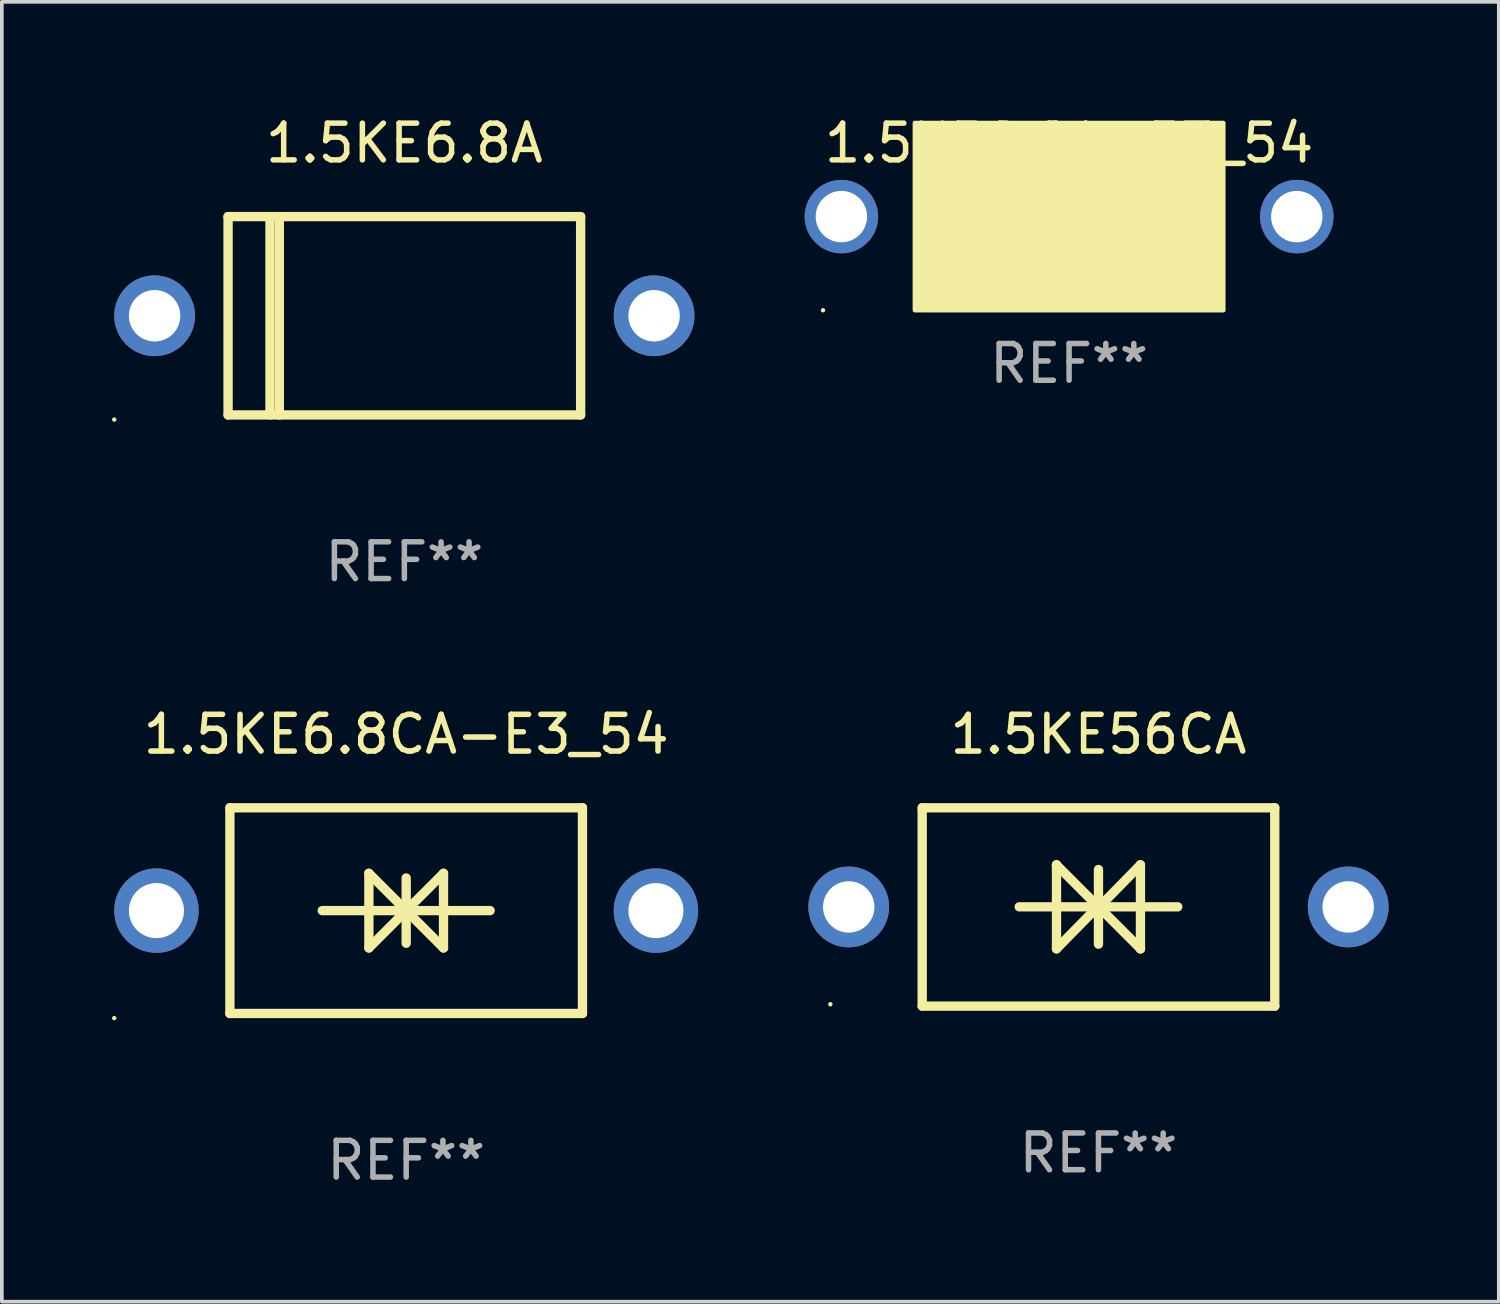
<source format=kicad_pcb>
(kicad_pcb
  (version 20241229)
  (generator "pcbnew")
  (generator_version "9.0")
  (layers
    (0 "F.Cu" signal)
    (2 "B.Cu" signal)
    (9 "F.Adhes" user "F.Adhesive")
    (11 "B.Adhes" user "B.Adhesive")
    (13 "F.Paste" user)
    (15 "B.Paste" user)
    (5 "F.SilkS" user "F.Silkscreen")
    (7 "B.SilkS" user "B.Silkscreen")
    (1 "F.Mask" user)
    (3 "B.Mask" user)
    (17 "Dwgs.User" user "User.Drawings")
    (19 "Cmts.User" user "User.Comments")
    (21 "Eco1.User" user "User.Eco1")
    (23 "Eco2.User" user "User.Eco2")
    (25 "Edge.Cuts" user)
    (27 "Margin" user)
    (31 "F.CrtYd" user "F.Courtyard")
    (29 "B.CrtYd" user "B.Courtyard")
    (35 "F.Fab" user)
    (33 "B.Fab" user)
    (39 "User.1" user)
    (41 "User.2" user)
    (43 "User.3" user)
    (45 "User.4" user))
  (footprint "1.5KE6.8A"
    (layer "F.Cu")
    (at 7.96 5.548)
    (property "Reference" "1.5KE6.8A" (at 0 -4.7 0) (layer "F.SilkS") (effects (font (size 1 1) (thickness 0.15))))
    (attr through_hole)
    (fp_line (start -4.8 -2.7) (end 4.8 -2.7) (stroke (width 0.254) (type solid)) (layer "F.SilkS"))
    (fp_line (start -4.8 2.7) (end -4.8 -2.7) (stroke (width 0.254) (type solid)) (layer "F.SilkS"))
    (fp_line (start -3.658 2.7) (end -3.658 -2.7) (stroke (width 0.254) (type solid)) (layer "F.SilkS"))
    (fp_line (start -3.404 2.7) (end -3.404 -2.54) (stroke (width 0.254) (type solid)) (layer "F.SilkS"))
    (fp_line (start 4.8 2.7) (end -4.8 2.7) (stroke (width 0.254) (type solid)) (layer "F.SilkS"))
    (fp_line (start 4.8 2.7) (end 4.8 -2.7) (stroke (width 0.254) (type solid)) (layer "F.SilkS"))
    (fp_circle (center -7.9 2.827) (end -7.87 2.827) (stroke (width 0.06) (type solid)) (fill no) (layer "F.SilkS"))
    (fp_text user "REF**" (at 0 6.7 0) (layer "F.Fab") (effects (font (size 1 1) (thickness 0.15))))
    (pad "1" thru_hole circle (at -6.8 0) (size 2.2 2.2) (drill 1.4) (layers "*.Cu" "*.Mask"))
    (pad "2" thru_hole circle (at 6.8 0) (size 2.2 2.2) (drill 1.4) (layers "*.Cu" "*.Mask")))
  (footprint "1.5KE6.8A-E3_54"
    (layer "F.Cu")
    (at 26.06 2.848)
    (property "Reference" "1.5KE6.8A-E3_54" (at 0 -2 0) (layer "F.SilkS") (effects (font (size 1 1) (thickness 0.15))))
    (attr through_hole)
    (fp_circle (center -6.7 2.55) (end -6.67 2.55) (stroke (width 0.06) (type solid)) (fill no) (layer "F.SilkS"))
    (fp_poly (pts (xy -4.2 -2.55) (xy 4.2 -2.55) (xy 4.2 2.55) (xy -4.2 2.55)) (stroke (width 0.12) (type solid)) (fill yes) (layer "F.SilkS"))
    (fp_text user "REF**" (at 0 4 0) (layer "F.Fab") (effects (font (size 1 1) (thickness 0.15))))
    (pad "1" thru_hole circle (at -6.2 0) (size 2 2) (drill 1.4) (layers "*.Cu" "*.Mask"))
    (pad "2" thru_hole circle (at 6.2 0) (size 2 2) (drill 1.4) (layers "*.Cu" "*.Mask")))
  (footprint "1.5KE56CA"
    (layer "F.Cu")
    (at 26.86 21.645)
    (property "Reference" "1.5KE56CA" (at 0 -4.7 0) (layer "F.SilkS") (effects (font (size 1 1) (thickness 0.15))))
    (attr through_hole)
    (fp_line (start -4.8 -2.7) (end -4.8 2.7) (stroke (width 0.254) (type solid)) (layer "F.SilkS"))
    (fp_line (start -4.8 -2.7) (end 4.8 -2.7) (stroke (width 0.254) (type solid)) (layer "F.SilkS"))
    (fp_line (start -2.159 -0.003) (end 2.159 -0.003) (stroke (width 0.254) (type solid)) (layer "F.SilkS"))
    (fp_line (start -1.143 -1.146) (end -1.143 1.14) (stroke (width 0.254) (type solid)) (layer "F.SilkS"))
    (fp_line (start -1.143 -1.143) (end -1.143 -1.146) (stroke (width 0.254) (type solid)) (layer "F.SilkS"))
    (fp_line (start 0 -1.019) (end 0 1.013) (stroke (width 0.254) (type solid)) (layer "F.SilkS"))
    (fp_line (start 0 -0.026) (end -1.143 1.14) (stroke (width 0.254) (type solid)) (layer "F.SilkS"))
    (fp_line (start 0 -0.006) (end 1.143 1.137) (stroke (width 0.254) (type solid)) (layer "F.SilkS"))
    (fp_line (start 0 0) (end -1.143 -1.143) (stroke (width 0.254) (type solid)) (layer "F.SilkS"))
    (fp_line (start 0 0.02) (end 1.143 -1.146) (stroke (width 0.254) (type solid)) (layer "F.SilkS"))
    (fp_line (start 1.143 1.137) (end 1.143 1.14) (stroke (width 0.254) (type solid)) (layer "F.SilkS"))
    (fp_line (start 1.143 1.14) (end 1.143 -1.146) (stroke (width 0.254) (type solid)) (layer "F.SilkS"))
    (fp_line (start 4.8 -2.7) (end 4.8 2.7) (stroke (width 0.254) (type solid)) (layer "F.SilkS"))
    (fp_line (start 4.8 2.7) (end -4.8 2.7) (stroke (width 0.254) (type solid)) (layer "F.SilkS"))
    (fp_circle (center -7.3 2.65) (end -7.27 2.65) (stroke (width 0.06) (type solid)) (fill no) (layer "F.SilkS"))
    (fp_text user "REF**" (at 0 6.7 0) (layer "F.Fab") (effects (font (size 1 1) (thickness 0.15))))
    (pad "1" thru_hole circle (at -6.8 0) (size 2.2 2.2) (drill 1.4) (layers "*.Cu" "*.Mask"))
    (pad "2" thru_hole circle (at 6.8 0) (size 2.2 2.2) (drill 1.4) (layers "*.Cu" "*.Mask")))
  (footprint "1.5KE6.8CA-E3_54"
    (layer "F.Cu")
    (at 8.01 21.745)
    (property "Reference" "1.5KE6.8CA-E3_54" (at 0 -4.8 0) (layer "F.SilkS") (effects (font (size 1 1) (thickness 0.15))))
    (attr through_hole)
    (fp_line (start -4.8 -2.8) (end -4.8 2.8) (stroke (width 0.254) (type solid)) (layer "F.SilkS"))
    (fp_line (start -4.8 -2.8) (end 4.8 -2.8) (stroke (width 0.254) (type solid)) (layer "F.SilkS"))
    (fp_line (start -4.8 2.8) (end 4.8 2.8) (stroke (width 0.254) (type solid)) (layer "F.SilkS"))
    (fp_line (start -2.286 0) (end 2.286 0) (stroke (width 0.254) (type solid)) (layer "F.SilkS"))
    (fp_line (start -1.016 -1.016) (end 1.016 1.016) (stroke (width 0.254) (type solid)) (layer "F.SilkS"))
    (fp_line (start -1.016 1.016) (end -1.016 -1.016) (stroke (width 0.254) (type solid)) (layer "F.SilkS"))
    (fp_line (start 0 -0.889) (end 0 0.889) (stroke (width 0.254) (type solid)) (layer "F.SilkS"))
    (fp_line (start 1.016 -1.016) (end -1.016 1.016) (stroke (width 0.254) (type solid)) (layer "F.SilkS"))
    (fp_line (start 1.016 1.016) (end 1.016 -1.016) (stroke (width 0.254) (type solid)) (layer "F.SilkS"))
    (fp_line (start 4.8 -2.8) (end 4.8 2.8) (stroke (width 0.254) (type solid)) (layer "F.SilkS"))
    (fp_circle (center -7.95 2.927) (end -7.92 2.927) (stroke (width 0.06) (type solid)) (fill no) (layer "F.SilkS"))
    (fp_text user "REF**" (at 0 6.8 0) (layer "F.Fab") (effects (font (size 1 1) (thickness 0.15))))
    (pad "1" thru_hole circle (at -6.8 0) (size 2.3 2.3) (drill 1.5) (layers "*.Cu" "*.Mask"))
    (pad "2" thru_hole circle (at 6.8 0) (size 2.3 2.3) (drill 1.5) (layers "*.Cu" "*.Mask")))
  (gr_rect
    (start -3 -3)
    (end 37.76 32.393)
    (stroke (width 0.1) (type default))
    (fill no)
    (layer "Edge.Cuts")))
</source>
